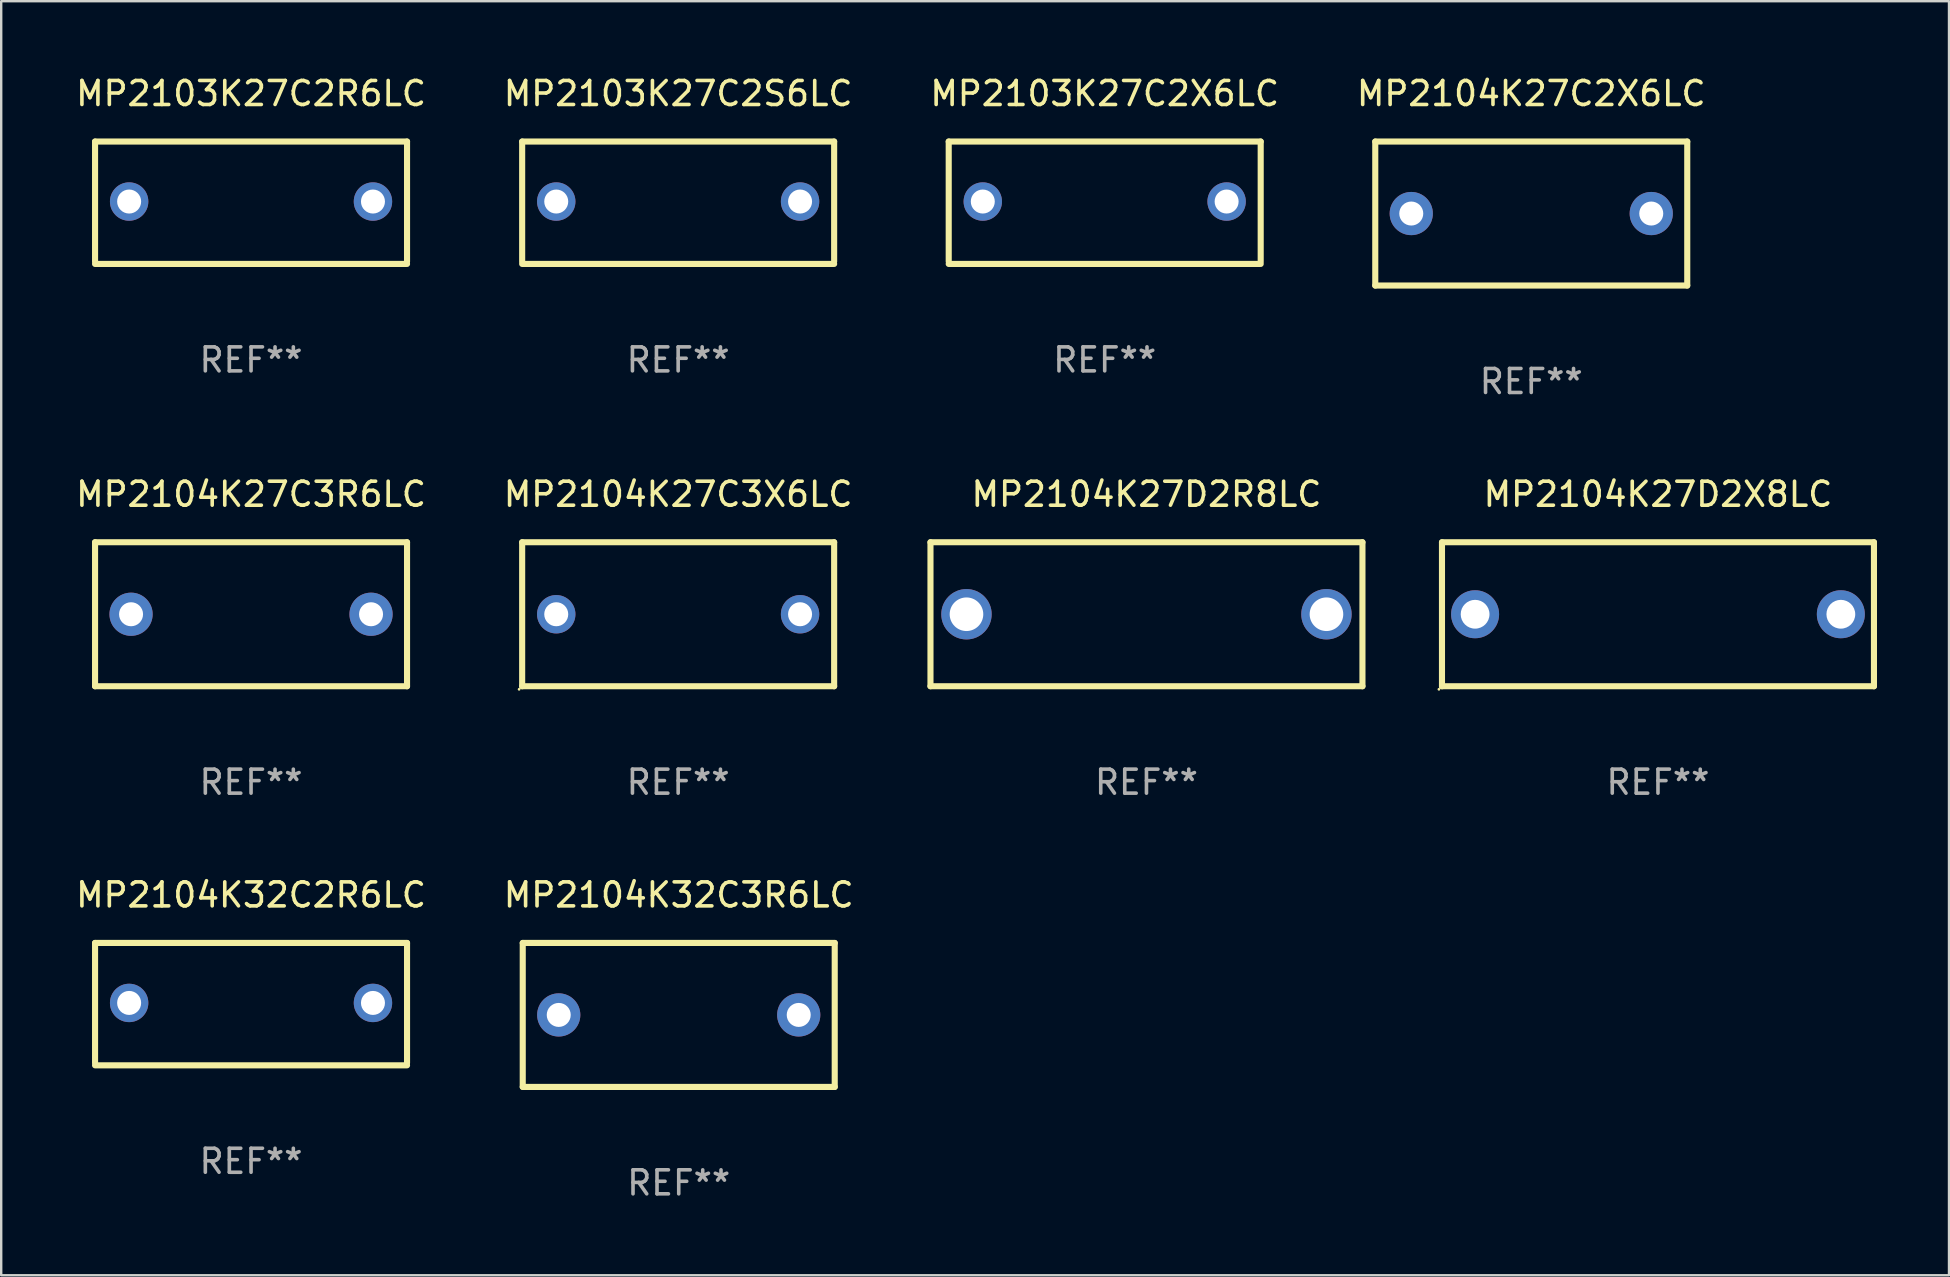
<source format=kicad_pcb>
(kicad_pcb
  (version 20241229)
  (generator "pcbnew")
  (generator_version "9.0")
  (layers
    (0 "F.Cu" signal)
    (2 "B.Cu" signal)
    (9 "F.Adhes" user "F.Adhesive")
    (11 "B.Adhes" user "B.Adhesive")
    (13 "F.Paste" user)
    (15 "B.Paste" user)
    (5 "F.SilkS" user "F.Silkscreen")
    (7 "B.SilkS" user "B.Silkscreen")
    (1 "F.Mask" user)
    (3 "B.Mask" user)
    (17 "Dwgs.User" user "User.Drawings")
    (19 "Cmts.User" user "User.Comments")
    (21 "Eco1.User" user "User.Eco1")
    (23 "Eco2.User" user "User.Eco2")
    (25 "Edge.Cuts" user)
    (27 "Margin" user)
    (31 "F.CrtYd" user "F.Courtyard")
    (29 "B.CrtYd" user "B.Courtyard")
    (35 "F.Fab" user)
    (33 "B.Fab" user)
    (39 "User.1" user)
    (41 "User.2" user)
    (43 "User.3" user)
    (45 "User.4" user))
  (footprint "MP2103K27C2S6LC"
    (layer "F.Cu")
    (at 25.208 5.398)
    (property "Reference" "MP2103K27C2S6LC" (at 0 -4.55 0) (layer "F.SilkS") (effects (font (size 1 1) (thickness 0.15))))
    (attr through_hole)
    (fp_line (start -6.5 -2.55) (end 6.5 -2.55) (stroke (width 0.254) (type solid)) (layer "F.SilkS"))
    (fp_line (start -6.5 2.45) (end -6.5 -2.55) (stroke (width 0.254) (type solid)) (layer "F.SilkS"))
    (fp_line (start 6.5 -2.55) (end 6.5 2.45) (stroke (width 0.254) (type solid)) (layer "F.SilkS"))
    (fp_line (start 6.5 2.55) (end -6.5 2.55) (stroke (width 0.254) (type solid)) (layer "F.SilkS"))
    (fp_circle (center -6.5 2.45) (end -6.47 2.45) (stroke (width 0.06) (type solid)) (fill no) (layer "F.SilkS"))
    (fp_text user "REF**" (at 0 6.55 0) (layer "F.Fab") (effects (font (size 1 1) (thickness 0.15))))
    (pad "1" thru_hole circle (at -5.08 -0.05) (size 1.6 1.6) (drill 1) (layers "*.Cu" "*.Mask"))
    (pad "2" thru_hole circle (at 5.08 -0.05) (size 1.6 1.6) (drill 1) (layers "*.Cu" "*.Mask")))
  (footprint "MP2103K27C2R6LC"
    (layer "F.Cu")
    (at 7.411 5.398)
    (property "Reference" "MP2103K27C2R6LC" (at 0 -4.55 0) (layer "F.SilkS") (effects (font (size 1 1) (thickness 0.15))))
    (attr through_hole)
    (fp_line (start -6.5 -2.55) (end 6.5 -2.55) (stroke (width 0.254) (type solid)) (layer "F.SilkS"))
    (fp_line (start -6.5 2.45) (end -6.5 -2.55) (stroke (width 0.254) (type solid)) (layer "F.SilkS"))
    (fp_line (start 6.5 -2.55) (end 6.5 2.45) (stroke (width 0.254) (type solid)) (layer "F.SilkS"))
    (fp_line (start 6.5 2.55) (end -6.5 2.55) (stroke (width 0.254) (type solid)) (layer "F.SilkS"))
    (fp_circle (center -6.5 2.45) (end -6.47 2.45) (stroke (width 0.06) (type solid)) (fill no) (layer "F.SilkS"))
    (fp_text user "REF**" (at 0 6.55 0) (layer "F.Fab") (effects (font (size 1 1) (thickness 0.15))))
    (pad "1" thru_hole circle (at -5.08 -0.05) (size 1.6 1.6) (drill 1) (layers "*.Cu" "*.Mask"))
    (pad "2" thru_hole circle (at 5.08 -0.05) (size 1.6 1.6) (drill 1) (layers "*.Cu" "*.Mask")))
  (footprint "MP2104K32C3R6LC"
    (layer "F.Cu")
    (at 25.232 39.241)
    (property "Reference" "MP2104K32C3R6LC" (at 0 -5 0) (layer "F.SilkS") (effects (font (size 1 1) (thickness 0.15))))
    (attr through_hole)
    (fp_line (start -6.5 -3) (end 6.5 -3) (stroke (width 0.254) (type solid)) (layer "F.SilkS"))
    (fp_line (start -6.5 3) (end -6.5 -3) (stroke (width 0.254) (type solid)) (layer "F.SilkS"))
    (fp_line (start 6.5 -3) (end 6.5 3) (stroke (width 0.254) (type solid)) (layer "F.SilkS"))
    (fp_line (start 6.5 3) (end -6.5 3) (stroke (width 0.254) (type solid)) (layer "F.SilkS"))
    (fp_circle (center -6.5 3) (end -6.47 3) (stroke (width 0.06) (type solid)) (fill no) (layer "F.SilkS"))
    (fp_text user "REF**" (at 0 7 0) (layer "F.Fab") (effects (font (size 1 1) (thickness 0.15))))
    (pad "1" thru_hole circle (at -5 0) (size 1.8 1.8) (drill 1) (layers "*.Cu" "*.Mask"))
    (pad "2" thru_hole circle (at 5 0) (size 1.8 1.8) (drill 1) (layers "*.Cu" "*.Mask")))
  (footprint "MP2103K27C2X6LC"
    (layer "F.Cu")
    (at 42.982 5.398)
    (property "Reference" "MP2103K27C2X6LC" (at 0 -4.55 0) (layer "F.SilkS") (effects (font (size 1 1) (thickness 0.15))))
    (attr through_hole)
    (fp_line (start -6.5 -2.55) (end 6.5 -2.55) (stroke (width 0.254) (type solid)) (layer "F.SilkS"))
    (fp_line (start -6.5 2.45) (end -6.5 -2.55) (stroke (width 0.254) (type solid)) (layer "F.SilkS"))
    (fp_line (start 6.5 -2.55) (end 6.5 2.45) (stroke (width 0.254) (type solid)) (layer "F.SilkS"))
    (fp_line (start 6.5 2.55) (end -6.5 2.55) (stroke (width 0.254) (type solid)) (layer "F.SilkS"))
    (fp_circle (center -6.5 2.45) (end -6.47 2.45) (stroke (width 0.06) (type solid)) (fill no) (layer "F.SilkS"))
    (fp_text user "REF**" (at 0 6.55 0) (layer "F.Fab") (effects (font (size 1 1) (thickness 0.15))))
    (pad "1" thru_hole circle (at -5.08 -0.05) (size 1.6 1.6) (drill 1) (layers "*.Cu" "*.Mask"))
    (pad "2" thru_hole circle (at 5.08 -0.05) (size 1.6 1.6) (drill 1) (layers "*.Cu" "*.Mask")))
  (footprint "MP2104K27C2X6LC"
    (layer "F.Cu")
    (at 60.756 5.848)
    (property "Reference" "MP2104K27C2X6LC" (at 0 -5 0) (layer "F.SilkS") (effects (font (size 1 1) (thickness 0.15))))
    (attr through_hole)
    (fp_line (start -6.5 -3) (end 6.5 -3) (stroke (width 0.254) (type solid)) (layer "F.SilkS"))
    (fp_line (start -6.5 3) (end -6.5 -3) (stroke (width 0.254) (type solid)) (layer "F.SilkS"))
    (fp_line (start 6.5 -3) (end 6.5 3) (stroke (width 0.254) (type solid)) (layer "F.SilkS"))
    (fp_line (start 6.5 3) (end -6.5 3) (stroke (width 0.254) (type solid)) (layer "F.SilkS"))
    (fp_circle (center -6.5 3) (end -6.47 3) (stroke (width 0.06) (type solid)) (fill no) (layer "F.SilkS"))
    (fp_text user "REF**" (at 0 7 0) (layer "F.Fab") (effects (font (size 1 1) (thickness 0.15))))
    (pad "1" thru_hole circle (at -5 0) (size 1.8 1.8) (drill 1) (layers "*.Cu" "*.Mask"))
    (pad "2" thru_hole circle (at 5 0) (size 1.8 1.8) (drill 1) (layers "*.Cu" "*.Mask")))
  (footprint "MP2104K27D2X8LC"
    (layer "F.Cu")
    (at 66.036 22.545)
    (property "Reference" "MP2104K27D2X8LC" (at 0 -5 0) (layer "F.SilkS") (effects (font (size 1 1) (thickness 0.15))))
    (attr through_hole)
    (fp_line (start -9 -3) (end 9 -3) (stroke (width 0.254) (type solid)) (layer "F.SilkS"))
    (fp_line (start -9 3) (end -9 -3) (stroke (width 0.254) (type solid)) (layer "F.SilkS"))
    (fp_line (start 9 -3) (end 9 3) (stroke (width 0.254) (type solid)) (layer "F.SilkS"))
    (fp_line (start 9 3) (end -9 3) (stroke (width 0.254) (type solid)) (layer "F.SilkS"))
    (fp_circle (center -9.127 3.127) (end -9.097 3.127) (stroke (width 0.06) (type solid)) (fill no) (layer "F.SilkS"))
    (fp_text user "REF**" (at 0 7 0) (layer "F.Fab") (effects (font (size 1 1) (thickness 0.15))))
    (pad "1" thru_hole circle (at -7.62 0) (size 2 2) (drill 1.2) (layers "*.Cu" "*.Mask"))
    (pad "2" thru_hole circle (at 7.62 0) (size 2 2) (drill 1.2) (layers "*.Cu" "*.Mask")))
  (footprint "MP2104K32C2R6LC"
    (layer "F.Cu")
    (at 7.411 38.791)
    (property "Reference" "MP2104K32C2R6LC" (at 0 -4.55 0) (layer "F.SilkS") (effects (font (size 1 1) (thickness 0.15))))
    (attr through_hole)
    (fp_line (start -6.5 -2.55) (end 6.5 -2.55) (stroke (width 0.254) (type solid)) (layer "F.SilkS"))
    (fp_line (start -6.5 2.45) (end -6.5 -2.55) (stroke (width 0.254) (type solid)) (layer "F.SilkS"))
    (fp_line (start 6.5 -2.55) (end 6.5 2.45) (stroke (width 0.254) (type solid)) (layer "F.SilkS"))
    (fp_line (start 6.5 2.55) (end -6.5 2.55) (stroke (width 0.254) (type solid)) (layer "F.SilkS"))
    (fp_circle (center -6.5 2.45) (end -6.47 2.45) (stroke (width 0.06) (type solid)) (fill no) (layer "F.SilkS"))
    (fp_text user "REF**" (at 0 6.55 0) (layer "F.Fab") (effects (font (size 1 1) (thickness 0.15))))
    (pad "1" thru_hole circle (at -5.08 -0.05) (size 1.6 1.6) (drill 1) (layers "*.Cu" "*.Mask"))
    (pad "2" thru_hole circle (at 5.08 -0.05) (size 1.6 1.6) (drill 1) (layers "*.Cu" "*.Mask")))
  (footprint "MP2104K27C3X6LC"
    (layer "F.Cu")
    (at 25.208 22.545)
    (property "Reference" "MP2104K27C3X6LC" (at 0 -5 0) (layer "F.SilkS") (effects (font (size 1 1) (thickness 0.15))))
    (attr through_hole)
    (fp_line (start -6.5 -3) (end 6.5 -3) (stroke (width 0.254) (type solid)) (layer "F.SilkS"))
    (fp_line (start -6.5 3) (end -6.5 -3) (stroke (width 0.254) (type solid)) (layer "F.SilkS"))
    (fp_line (start 6.5 -3) (end 6.5 3) (stroke (width 0.254) (type solid)) (layer "F.SilkS"))
    (fp_line (start 6.5 3) (end -6.5 3) (stroke (width 0.254) (type solid)) (layer "F.SilkS"))
    (fp_circle (center -6.627 3.127) (end -6.597 3.127) (stroke (width 0.06) (type solid)) (fill no) (layer "F.SilkS"))
    (fp_text user "REF**" (at 0 7 0) (layer "F.Fab") (effects (font (size 1 1) (thickness 0.15))))
    (pad "1" thru_hole circle (at -5.08 0) (size 1.6 1.6) (drill 1) (layers "*.Cu" "*.Mask"))
    (pad "2" thru_hole circle (at 5.08 0) (size 1.6 1.6) (drill 1) (layers "*.Cu" "*.Mask")))
  (footprint "MP2104K27D2R8LC"
    (layer "F.Cu")
    (at 44.722 22.545)
    (property "Reference" "MP2104K27D2R8LC" (at 0 -5 0) (layer "F.SilkS") (effects (font (size 1 1) (thickness 0.15))))
    (attr through_hole)
    (fp_line (start -9 -3) (end 9 -3) (stroke (width 0.254) (type solid)) (layer "F.SilkS"))
    (fp_line (start -9 3) (end -9 -3) (stroke (width 0.254) (type solid)) (layer "F.SilkS"))
    (fp_line (start 9 -3) (end 9 3) (stroke (width 0.254) (type solid)) (layer "F.SilkS"))
    (fp_line (start 9 3) (end -9 3) (stroke (width 0.254) (type solid)) (layer "F.SilkS"))
    (fp_circle (center -9 3) (end -8.97 3) (stroke (width 0.06) (type solid)) (fill no) (layer "F.SilkS"))
    (fp_text user "REF**" (at 0 7 0) (layer "F.Fab") (effects (font (size 1 1) (thickness 0.15))))
    (pad "1" thru_hole circle (at -7.5 0) (size 2.1 2.1) (drill 1.4) (layers "*.Cu" "*.Mask"))
    (pad "2" thru_hole circle (at 7.5 0) (size 2.1 2.1) (drill 1.4) (layers "*.Cu" "*.Mask")))
  (footprint "MP2104K27C3R6LC"
    (layer "F.Cu")
    (at 7.411 22.545)
    (property "Reference" "MP2104K27C3R6LC" (at 0 -5 0) (layer "F.SilkS") (effects (font (size 1 1) (thickness 0.15))))
    (attr through_hole)
    (fp_line (start -6.5 -3) (end 6.5 -3) (stroke (width 0.254) (type solid)) (layer "F.SilkS"))
    (fp_line (start -6.5 3) (end -6.5 -3) (stroke (width 0.254) (type solid)) (layer "F.SilkS"))
    (fp_line (start 6.5 -3) (end 6.5 3) (stroke (width 0.254) (type solid)) (layer "F.SilkS"))
    (fp_line (start 6.5 3) (end -6.5 3) (stroke (width 0.254) (type solid)) (layer "F.SilkS"))
    (fp_circle (center -6.5 3) (end -6.47 3) (stroke (width 0.06) (type solid)) (fill no) (layer "F.SilkS"))
    (fp_text user "REF**" (at 0 7 0) (layer "F.Fab") (effects (font (size 1 1) (thickness 0.15))))
    (pad "1" thru_hole circle (at -5 0) (size 1.8 1.8) (drill 1) (layers "*.Cu" "*.Mask"))
    (pad "2" thru_hole circle (at 5 0) (size 1.8 1.8) (drill 1) (layers "*.Cu" "*.Mask")))
  (gr_rect
    (start -3 -3)
    (end 78.163 50.09)
    (stroke (width 0.1) (type default))
    (fill no)
    (layer "Edge.Cuts")))
</source>
